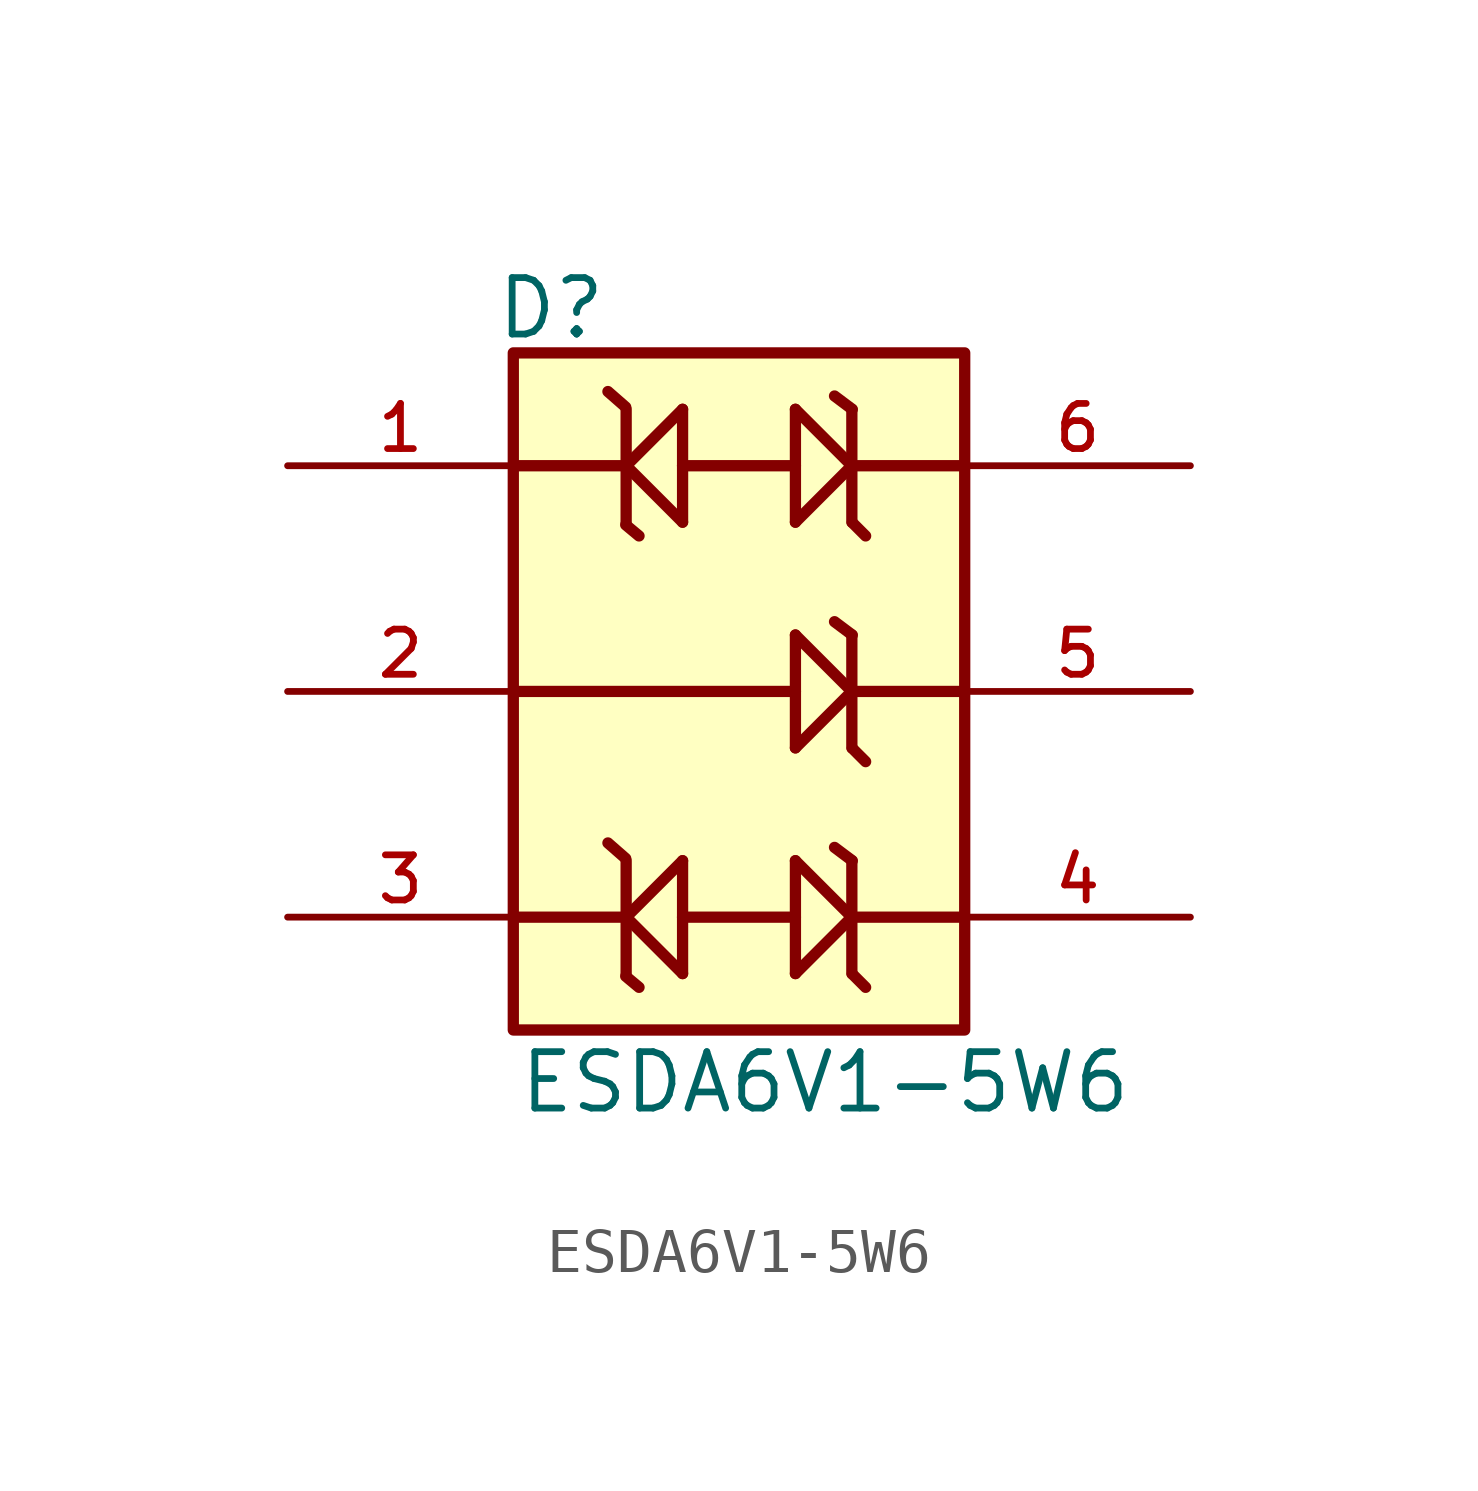
<source format=kicad_sym>
(kicad_symbol_lib
  (version 20241209)
  (generator "kicad_symbol_editor")
  (generator_version "9.0")
  (symbol "ESDA6V1-5W6"
    (pin_names
      (offset 1.016))
    (property "Reference" "D"
      (at -5.508 7.881 0)
      (effects (font (size 1.27 1.27)) (justify left bottom)))
    (property "Value" "ESDA6V1-5W6"
      (at -4.997 -9.541 0)
      (effects (font (size 1.27 1.27)) (justify left bottom)))
    (symbol "ESDA6V1-5W6_0_0"
      (rectangle (start -5.08 -7.62) (end 5.08 7.62) (stroke (width 0.254) (type default)) (fill (type background)))
      (polyline (pts (xy -2.55 6.4) (xy -2.95 6.75)) (stroke (width 0.254) (type default)) (fill (type none)))
      (polyline (pts (xy -2.55 3.75) (xy -2.25 3.5)) (stroke (width 0.254) (type default)) (fill (type none)))
      (polyline (pts (xy -2.55 -3.76) (xy -2.95 -3.41)) (stroke (width 0.254) (type default)) (fill (type none)))
      (polyline (pts (xy -2.55 -6.41) (xy -2.25 -6.66)) (stroke (width 0.254) (type default)) (fill (type none)))
      (polyline (pts (xy -2.54 6.35) (xy -2.54 5.08)) (stroke (width 0.254) (type default)) (fill (type none)))
      (polyline (pts (xy -2.54 5.08) (xy -5.08 5.08)) (stroke (width 0.254) (type default)) (fill (type none)))
      (polyline (pts (xy -2.54 5.08) (xy -2.54 3.81)) (stroke (width 0.254) (type default)) (fill (type none)))
      (polyline (pts (xy -2.54 5.08) (xy -1.27 6.35)) (stroke (width 0.254) (type default)) (fill (type none)))
      (polyline (pts (xy -2.54 -3.81) (xy -2.54 -5.08)) (stroke (width 0.254) (type default)) (fill (type none)))
      (polyline (pts (xy -2.54 -5.08) (xy -5.08 -5.08)) (stroke (width 0.254) (type default)) (fill (type none)))
      (polyline (pts (xy -2.54 -5.08) (xy -2.54 -6.35)) (stroke (width 0.254) (type default)) (fill (type none)))
      (polyline (pts (xy -2.54 -5.08) (xy -1.27 -3.81)) (stroke (width 0.254) (type default)) (fill (type none)))
      (polyline (pts (xy -1.27 6.35) (xy -1.27 5.08)) (stroke (width 0.254) (type default)) (fill (type none)))
      (polyline (pts (xy -1.27 5.08) (xy -1.27 3.81)) (stroke (width 0.254) (type default)) (fill (type none)))
      (polyline (pts (xy -1.27 3.81) (xy -2.54 5.08)) (stroke (width 0.254) (type default)) (fill (type none)))
      (polyline (pts (xy -1.27 -3.81) (xy -1.27 -5.08)) (stroke (width 0.254) (type default)) (fill (type none)))
      (polyline (pts (xy -1.27 -5.08) (xy -1.27 -6.35)) (stroke (width 0.254) (type default)) (fill (type none)))
      (polyline (pts (xy -1.27 -6.35) (xy -2.54 -5.08)) (stroke (width 0.254) (type default)) (fill (type none)))
      (polyline (pts (xy 1.27 6.35) (xy 1.27 3.81)) (stroke (width 0.254) (type default)) (fill (type none)))
      (polyline (pts (xy 1.27 5.08) (xy -1.27 5.08)) (stroke (width 0.254) (type default)) (fill (type none)))
      (polyline (pts (xy 1.27 3.81) (xy 2.54 5.08)) (stroke (width 0.254) (type default)) (fill (type none)))
      (polyline (pts (xy 1.27 1.27) (xy 1.27 -1.27)) (stroke (width 0.254) (type default)) (fill (type none)))
      (polyline (pts (xy 1.27 0) (xy -5.08 0)) (stroke (width 0.254) (type default)) (fill (type none)))
      (polyline (pts (xy 1.27 -1.27) (xy 2.54 0)) (stroke (width 0.254) (type default)) (fill (type none)))
      (polyline (pts (xy 1.27 -3.81) (xy 1.27 -6.35)) (stroke (width 0.254) (type default)) (fill (type none)))
      (polyline (pts (xy 1.27 -5.08) (xy -1.27 -5.08)) (stroke (width 0.254) (type default)) (fill (type none)))
      (polyline (pts (xy 1.27 -6.35) (xy 2.54 -5.08)) (stroke (width 0.254) (type default)) (fill (type none)))
      (polyline (pts (xy 2.54 6.35) (xy 2.54 5.08)) (stroke (width 0.254) (type default)) (fill (type none)))
      (polyline (pts (xy 2.54 5.08) (xy 1.27 6.35)) (stroke (width 0.254) (type default)) (fill (type none)))
      (polyline (pts (xy 2.54 5.08) (xy 2.54 3.81)) (stroke (width 0.254) (type default)) (fill (type none)))
      (polyline (pts (xy 2.54 5.08) (xy 5.08 5.08)) (stroke (width 0.254) (type default)) (fill (type none)))
      (polyline (pts (xy 2.54 1.27) (xy 2.54 0)) (stroke (width 0.254) (type default)) (fill (type none)))
      (polyline (pts (xy 2.54 0) (xy 1.27 1.27)) (stroke (width 0.254) (type default)) (fill (type none)))
      (polyline (pts (xy 2.54 0) (xy 2.54 -1.27)) (stroke (width 0.254) (type default)) (fill (type none)))
      (polyline (pts (xy 2.54 0) (xy 5.08 0)) (stroke (width 0.254) (type default)) (fill (type none)))
      (polyline (pts (xy 2.54 -3.81) (xy 2.54 -5.08)) (stroke (width 0.254) (type default)) (fill (type none)))
      (polyline (pts (xy 2.54 -5.08) (xy 1.27 -3.81)) (stroke (width 0.254) (type default)) (fill (type none)))
      (polyline (pts (xy 2.54 -5.08) (xy 2.54 -6.35)) (stroke (width 0.254) (type default)) (fill (type none)))
      (polyline (pts (xy 2.54 -5.08) (xy 5.08 -5.08)) (stroke (width 0.254) (type default)) (fill (type none)))
      (polyline (pts (xy 2.55 6.35) (xy 2.15 6.65)) (stroke (width 0.254) (type default)) (fill (type none)))
      (polyline (pts (xy 2.55 3.8) (xy 2.85 3.5)) (stroke (width 0.254) (type default)) (fill (type none)))
      (polyline (pts (xy 2.55 1.27) (xy 2.15 1.57)) (stroke (width 0.254) (type default)) (fill (type none)))
      (polyline (pts (xy 2.55 -1.28) (xy 2.85 -1.58)) (stroke (width 0.254) (type default)) (fill (type none)))
      (polyline (pts (xy 2.55 -3.81) (xy 2.15 -3.51)) (stroke (width 0.254) (type default)) (fill (type none)))
      (polyline (pts (xy 2.55 -6.36) (xy 2.85 -6.66)) (stroke (width 0.254) (type default)) (fill (type none)))
      (pin passive line (at -10.16 5.08 0) (length 5.08) (name "~" (effects (font (size 1.016 1.016)))) (number "1" (effects (font (size 1.016 1.016)))))
      (pin passive line (at -10.16 0 0) (length 5.08) (name "~" (effects (font (size 1.016 1.016)))) (number "2" (effects (font (size 1.016 1.016)))))
      (pin passive line (at -10.16 -5.08 0) (length 5.08) (name "~" (effects (font (size 1.016 1.016)))) (number "3" (effects (font (size 1.016 1.016)))))
      (pin passive line (at 10.16 5.08 180) (length 5.08) (name "~" (effects (font (size 1.016 1.016)))) (number "6" (effects (font (size 1.016 1.016)))))
      (pin passive line (at 10.16 0 180) (length 5.08) (name "~" (effects (font (size 1.016 1.016)))) (number "5" (effects (font (size 1.016 1.016)))))
      (pin passive line (at 10.16 -5.08 180) (length 5.08) (name "~" (effects (font (size 1.016 1.016)))) (number "4" (effects (font (size 1.016 1.016))))))))
</source>
